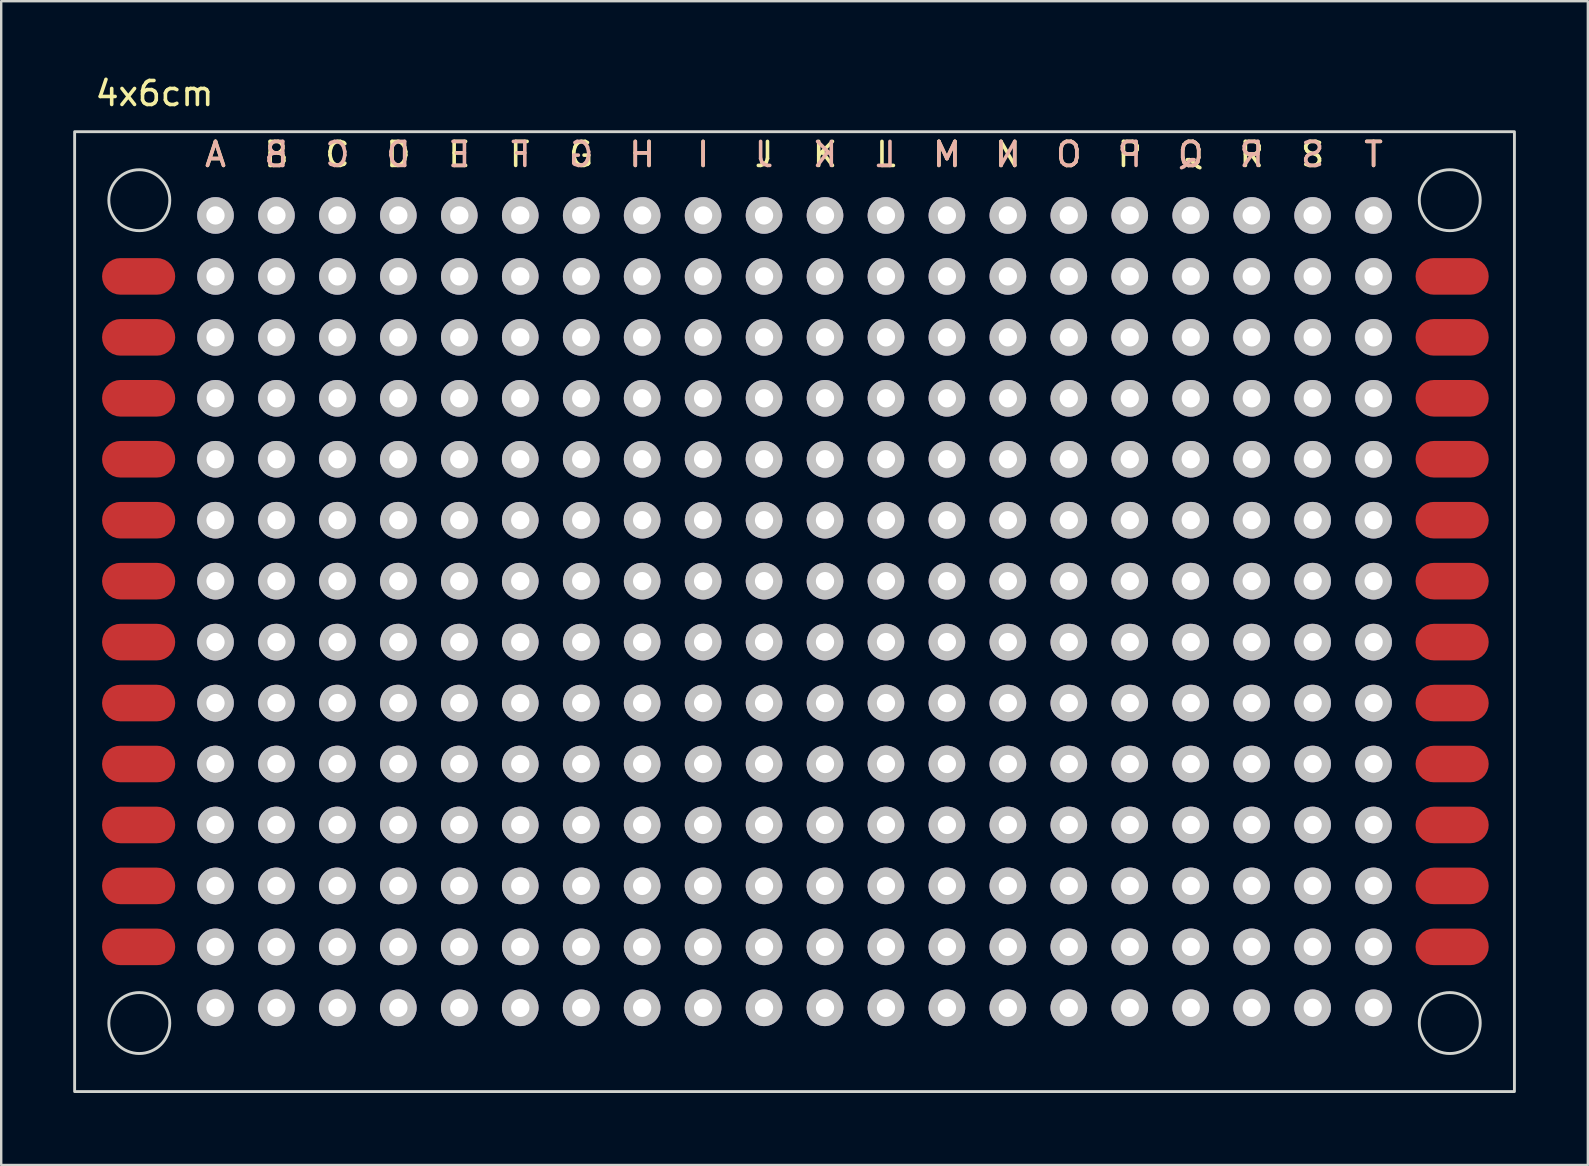
<source format=kicad_pcb>
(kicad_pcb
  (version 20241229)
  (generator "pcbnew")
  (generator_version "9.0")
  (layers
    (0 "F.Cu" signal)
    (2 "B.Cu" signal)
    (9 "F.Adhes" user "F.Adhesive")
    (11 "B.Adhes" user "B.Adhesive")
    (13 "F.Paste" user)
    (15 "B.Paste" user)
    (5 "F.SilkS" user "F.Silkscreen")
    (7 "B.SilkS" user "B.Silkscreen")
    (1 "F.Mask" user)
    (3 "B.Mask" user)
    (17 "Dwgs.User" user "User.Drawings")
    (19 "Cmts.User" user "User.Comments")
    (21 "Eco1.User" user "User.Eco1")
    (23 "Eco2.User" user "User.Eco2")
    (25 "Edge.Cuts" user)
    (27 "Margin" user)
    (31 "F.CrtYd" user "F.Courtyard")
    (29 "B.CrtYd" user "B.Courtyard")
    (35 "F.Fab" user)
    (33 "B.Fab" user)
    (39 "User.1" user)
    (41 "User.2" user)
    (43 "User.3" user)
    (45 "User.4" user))
  (footprint "4x6cm"
    (layer "F.Cu")
    (at 5.93 5.928)
    (property "Reference" "4x6cm" (at -2.54 -5.08 0) (unlocked yes) (layer "F.SilkS") (effects (font (size 1 1) (thickness 0.15))))
    (attr through_hole)
    (fp_rect (start -5.87 -3.49) (end 54.13 36.51) (stroke (width 0.12) (type solid)) (fill no) (layer "Edge.Cuts"))
    (fp_circle (center -3.175 -0.635) (end -1.905 -0.635) (stroke (width 0.12) (type solid)) (fill no) (layer "Edge.Cuts"))
    (fp_circle (center -3.175 33.655) (end -1.905 33.655) (stroke (width 0.12) (type solid)) (fill no) (layer "Edge.Cuts"))
    (fp_circle (center 51.435 -0.635) (end 52.705 -0.635) (stroke (width 0.12) (type solid)) (fill no) (layer "Edge.Cuts"))
    (fp_circle (center 51.435 33.655) (end 52.705 33.655) (stroke (width 0.12) (type solid)) (fill no) (layer "Edge.Cuts"))
    (fp_text user "T" (at 48.26 -2.54 0) (unlocked yes) (layer "F.SilkS") (effects (font (size 1 1) (thickness 0.15))))
    (fp_text user "H" (at 17.78 -2.54 0) (unlocked yes) (layer "F.SilkS") (effects (font (size 1 1) (thickness 0.15))))
    (fp_text user "G" (at 15.24 -2.54 0) (unlocked yes) (layer "F.SilkS") (effects (font (size 1 1) (thickness 0.15))))
    (fp_text user "K" (at 25.4 -2.54 0) (unlocked yes) (layer "F.SilkS") (effects (font (size 1 1) (thickness 0.15))))
    (fp_text user "J" (at 22.86 -2.54 0) (unlocked yes) (layer "F.SilkS") (effects (font (size 1 1) (thickness 0.15))))
    (fp_text user "N" (at 33.02 -2.54 0) (unlocked yes) (layer "F.SilkS") (effects (font (size 1 1) (thickness 0.15))))
    (fp_text user "C" (at 5.08 -2.54 0) (unlocked yes) (layer "F.SilkS") (effects (font (size 1 1) (thickness 0.15))))
    (fp_text user "Q" (at 40.64 -2.54 0) (unlocked yes) (layer "F.SilkS") (effects (font (size 1 1) (thickness 0.15))))
    (fp_text user "A" (at 0 -2.54 0) (unlocked yes) (layer "F.SilkS") (effects (font (size 1 1) (thickness 0.15))))
    (fp_text user "M" (at 30.48 -2.54 0) (unlocked yes) (layer "F.SilkS") (effects (font (size 1 1) (thickness 0.15))))
    (fp_text user "L" (at 27.94 -2.54 0) (unlocked yes) (layer "F.SilkS") (effects (font (size 1 1) (thickness 0.15))))
    (fp_text user "F" (at 12.7 -2.54 0) (unlocked yes) (layer "F.SilkS") (effects (font (size 1 1) (thickness 0.15))))
    (fp_text user "D" (at 7.62 -2.54 0) (unlocked yes) (layer "F.SilkS") (effects (font (size 1 1) (thickness 0.15))))
    (fp_text user "P" (at 38.1 -2.54 0) (unlocked yes) (layer "F.SilkS") (effects (font (size 1 1) (thickness 0.15))))
    (fp_text user "S" (at 45.72 -2.54 0) (unlocked yes) (layer "F.SilkS") (effects (font (size 1 1) (thickness 0.15))))
    (fp_text user "E" (at 10.16 -2.54 0) (unlocked yes) (layer "F.SilkS") (effects (font (size 1 1) (thickness 0.15))))
    (fp_text user "B" (at 2.54 -2.54 0) (unlocked yes) (layer "F.SilkS") (effects (font (size 1 1) (thickness 0.15))))
    (fp_text user "I" (at 20.32 -2.54 0) (unlocked yes) (layer "F.SilkS") (effects (font (size 1 1) (thickness 0.15))))
    (fp_text user "O" (at 35.56 -2.54 0) (unlocked yes) (layer "F.SilkS") (effects (font (size 1 1) (thickness 0.15))))
    (fp_text user "R" (at 43.18 -2.54 0) (unlocked yes) (layer "F.SilkS") (effects (font (size 1 1) (thickness 0.15))))
    (fp_text user "N" (at 33.02 -2.54 0) (unlocked yes) (layer "B.SilkS") (effects (font (size 1 1) (thickness 0.15)) (justify mirror)))
    (fp_text user "T" (at 48.26 -2.54 0) (unlocked yes) (layer "B.SilkS") (effects (font (size 1 1) (thickness 0.15)) (justify mirror)))
    (fp_text user "A" (at 0 -2.54 0) (unlocked yes) (layer "B.SilkS") (effects (font (size 1 1) (thickness 0.15)) (justify mirror)))
    (fp_text user "I" (at 20.32 -2.54 0) (unlocked yes) (layer "B.SilkS") (effects (font (size 1 1) (thickness 0.15)) (justify mirror)))
    (fp_text user "Q" (at 40.64 -2.54 0) (unlocked yes) (layer "B.SilkS") (effects (font (size 1 1) (thickness 0.15)) (justify mirror)))
    (fp_text user "M" (at 30.48 -2.54 0) (unlocked yes) (layer "B.SilkS") (effects (font (size 1 1) (thickness 0.15)) (justify mirror)))
    (fp_text user "R" (at 43.18 -2.54 0) (unlocked yes) (layer "B.SilkS") (effects (font (size 1 1) (thickness 0.15)) (justify mirror)))
    (fp_text user "P" (at 38.1 -2.54 0) (unlocked yes) (layer "B.SilkS") (effects (font (size 1 1) (thickness 0.15)) (justify mirror)))
    (fp_text user "B" (at 2.54 -2.54 0) (unlocked yes) (layer "B.SilkS") (effects (font (size 1 1) (thickness 0.15)) (justify mirror)))
    (fp_text user "H" (at 17.78 -2.54 0) (unlocked yes) (layer "B.SilkS") (effects (font (size 1 1) (thickness 0.15)) (justify mirror)))
    (fp_text user "K" (at 25.4 -2.54 0) (unlocked yes) (layer "B.SilkS") (effects (font (size 1 1) (thickness 0.15)) (justify mirror)))
    (fp_text user "S" (at 45.72 -2.54 0) (unlocked yes) (layer "B.SilkS") (effects (font (size 1 1) (thickness 0.15)) (justify mirror)))
    (fp_text user "J" (at 22.86 -2.54 0) (unlocked yes) (layer "B.SilkS") (effects (font (size 1 1) (thickness 0.15)) (justify mirror)))
    (fp_text user "E" (at 10.16 -2.54 0) (unlocked yes) (layer "B.SilkS") (effects (font (size 1 1) (thickness 0.15)) (justify mirror)))
    (fp_text user "G" (at 15.24 -2.54 0) (unlocked yes) (layer "B.SilkS") (effects (font (size 1 1) (thickness 0.15)) (justify mirror)))
    (fp_text user "O" (at 35.56 -2.54 0) (unlocked yes) (layer "B.SilkS") (effects (font (size 1 1) (thickness 0.15)) (justify mirror)))
    (fp_text user "C" (at 5.08 -2.54 0) (unlocked yes) (layer "B.SilkS") (effects (font (size 1 1) (thickness 0.15)) (justify mirror)))
    (fp_text user "D" (at 7.62 -2.54 0) (unlocked yes) (layer "B.SilkS") (effects (font (size 1 1) (thickness 0.15)) (justify mirror)))
    (fp_text user "L" (at 27.94 -2.54 0) (unlocked yes) (layer "B.SilkS") (effects (font (size 1 1) (thickness 0.15)) (justify mirror)))
    (fp_text user "F" (at 12.7 -2.54 0) (unlocked yes) (layer "B.SilkS") (effects (font (size 1 1) (thickness 0.15)) (justify mirror)))
    (pad "1" smd roundrect (at -3.203 2.54) (size 3.048 1.524) (layers "F.Cu" "F.Mask" "F.Paste") (roundrect_rratio 0.5))
    (pad "1" thru_hole circle (at 0 0) (size 1.524 1.524) (drill 0.762) (layers "*.Cu" "Dwgs.User"))
    (pad "1" smd roundrect (at 51.534 2.54) (size 3.048 1.524) (layers "F.Cu" "F.Mask" "F.Paste") (roundrect_rratio 0.5))
    (pad "2" smd roundrect (at -3.203 5.08) (size 3.048 1.524) (layers "F.Cu" "F.Mask" "F.Paste") (roundrect_rratio 0.5))
    (pad "2" thru_hole circle (at 2.54 0) (size 1.524 1.524) (drill 0.762) (layers "*.Cu" "Dwgs.User"))
    (pad "2" smd roundrect (at 51.534 5.08) (size 3.048 1.524) (layers "F.Cu" "F.Mask" "F.Paste") (roundrect_rratio 0.5))
    (pad "3" smd roundrect (at -3.203 7.62) (size 3.048 1.524) (layers "F.Cu" "F.Mask" "F.Paste") (roundrect_rratio 0.5))
    (pad "3" thru_hole circle (at 5.08 0) (size 1.524 1.524) (drill 0.762) (layers "*.Cu" "Dwgs.User"))
    (pad "3" smd roundrect (at 51.534 7.62) (size 3.048 1.524) (layers "F.Cu" "F.Mask" "F.Paste") (roundrect_rratio 0.5))
    (pad "4" smd roundrect (at -3.203 10.16) (size 3.048 1.524) (layers "F.Cu" "F.Mask" "F.Paste") (roundrect_rratio 0.5))
    (pad "4" thru_hole circle (at 7.62 0) (size 1.524 1.524) (drill 0.762) (layers "*.Cu" "Dwgs.User"))
    (pad "4" smd roundrect (at 51.534 10.16) (size 3.048 1.524) (layers "F.Cu" "F.Mask" "F.Paste") (roundrect_rratio 0.5))
    (pad "5" smd roundrect (at -3.203 12.7) (size 3.048 1.524) (layers "F.Cu" "F.Mask" "F.Paste") (roundrect_rratio 0.5))
    (pad "5" thru_hole circle (at 10.16 0) (size 1.524 1.524) (drill 0.762) (layers "*.Cu" "Dwgs.User"))
    (pad "5" smd roundrect (at 51.534 12.7) (size 3.048 1.524) (layers "F.Cu" "F.Mask" "F.Paste") (roundrect_rratio 0.5))
    (pad "6" smd roundrect (at -3.203 15.24) (size 3.048 1.524) (layers "F.Cu" "F.Mask" "F.Paste") (roundrect_rratio 0.5))
    (pad "6" thru_hole circle (at 12.7 0) (size 1.524 1.524) (drill 0.762) (layers "*.Cu" "Dwgs.User"))
    (pad "6" smd roundrect (at 51.534 15.24) (size 3.048 1.524) (layers "F.Cu" "F.Mask" "F.Paste") (roundrect_rratio 0.5))
    (pad "7" smd roundrect (at -3.203 17.78) (size 3.048 1.524) (layers "F.Cu" "F.Mask" "F.Paste") (roundrect_rratio 0.5))
    (pad "7" thru_hole circle (at 15.24 0) (size 1.524 1.524) (drill 0.762) (layers "*.Cu" "Dwgs.User"))
    (pad "7" smd roundrect (at 51.534 17.78) (size 3.048 1.524) (layers "F.Cu" "F.Mask" "F.Paste") (roundrect_rratio 0.5))
    (pad "8" smd roundrect (at -3.203 20.32) (size 3.048 1.524) (layers "F.Cu" "F.Mask" "F.Paste") (roundrect_rratio 0.5))
    (pad "8" thru_hole circle (at 17.78 0) (size 1.524 1.524) (drill 0.762) (layers "*.Cu" "Dwgs.User"))
    (pad "8" smd roundrect (at 51.534 20.32) (size 3.048 1.524) (layers "F.Cu" "F.Mask" "F.Paste") (roundrect_rratio 0.5))
    (pad "9" smd roundrect (at -3.203 22.86) (size 3.048 1.524) (layers "F.Cu" "F.Mask" "F.Paste") (roundrect_rratio 0.5))
    (pad "9" thru_hole circle (at 20.32 0) (size 1.524 1.524) (drill 0.762) (layers "*.Cu" "Dwgs.User"))
    (pad "9" smd roundrect (at 51.534 22.86) (size 3.048 1.524) (layers "F.Cu" "F.Mask" "F.Paste") (roundrect_rratio 0.5))
    (pad "10" smd roundrect (at -3.203 25.4) (size 3.048 1.524) (layers "F.Cu" "F.Mask" "F.Paste") (roundrect_rratio 0.5))
    (pad "10" thru_hole circle (at 22.86 0) (size 1.524 1.524) (drill 0.762) (layers "*.Cu" "Dwgs.User"))
    (pad "10" smd roundrect (at 51.534 25.4) (size 3.048 1.524) (layers "F.Cu" "F.Mask" "F.Paste") (roundrect_rratio 0.5))
    (pad "11" smd roundrect (at -3.203 27.94) (size 3.048 1.524) (layers "F.Cu" "F.Mask" "F.Paste") (roundrect_rratio 0.5))
    (pad "11" thru_hole circle (at 25.4 0) (size 1.524 1.524) (drill 0.762) (layers "*.Cu" "Dwgs.User"))
    (pad "11" smd roundrect (at 51.534 27.94) (size 3.048 1.524) (layers "F.Cu" "F.Mask" "F.Paste") (roundrect_rratio 0.5))
    (pad "12" smd roundrect (at -3.203 30.48) (size 3.048 1.524) (layers "F.Cu" "F.Mask" "F.Paste") (roundrect_rratio 0.5))
    (pad "12" thru_hole circle (at 27.94 0) (size 1.524 1.524) (drill 0.762) (layers "*.Cu" "Dwgs.User"))
    (pad "12" smd roundrect (at 51.534 30.48) (size 3.048 1.524) (layers "F.Cu" "F.Mask" "F.Paste") (roundrect_rratio 0.5))
    (pad "13" thru_hole circle (at 30.48 0) (size 1.524 1.524) (drill 0.762) (layers "*.Cu" "Dwgs.User"))
    (pad "14" thru_hole circle (at 33.02 0) (size 1.524 1.524) (drill 0.762) (layers "*.Cu" "Dwgs.User"))
    (pad "15" thru_hole circle (at 35.56 0) (size 1.524 1.524) (drill 0.762) (layers "*.Cu" "Dwgs.User"))
    (pad "16" thru_hole circle (at 38.1 0) (size 1.524 1.524) (drill 0.762) (layers "*.Cu" "Dwgs.User"))
    (pad "17" thru_hole circle (at 40.64 0) (size 1.524 1.524) (drill 0.762) (layers "*.Cu" "Dwgs.User"))
    (pad "18" thru_hole circle (at 43.18 0) (size 1.524 1.524) (drill 0.762) (layers "*.Cu" "Dwgs.User"))
    (pad "19" thru_hole circle (at 45.72 0) (size 1.524 1.524) (drill 0.762) (layers "*.Cu" "Dwgs.User"))
    (pad "20" thru_hole circle (at 48.26 0) (size 1.524 1.524) (drill 0.762) (layers "*.Cu" "Dwgs.User"))
    (pad "21" thru_hole circle (at 0 2.54) (size 1.524 1.524) (drill 0.762) (layers "*.Cu" "Dwgs.User"))
    (pad "22" thru_hole circle (at 2.54 2.54) (size 1.524 1.524) (drill 0.762) (layers "*.Cu" "Dwgs.User"))
    (pad "23" thru_hole circle (at 5.08 2.54) (size 1.524 1.524) (drill 0.762) (layers "*.Cu" "Dwgs.User"))
    (pad "24" thru_hole circle (at 7.62 2.54) (size 1.524 1.524) (drill 0.762) (layers "*.Cu" "Dwgs.User"))
    (pad "25" thru_hole circle (at 10.16 2.54) (size 1.524 1.524) (drill 0.762) (layers "*.Cu" "Dwgs.User"))
    (pad "26" thru_hole circle (at 12.7 2.54) (size 1.524 1.524) (drill 0.762) (layers "*.Cu" "Dwgs.User"))
    (pad "27" thru_hole circle (at 15.24 2.54) (size 1.524 1.524) (drill 0.762) (layers "*.Cu" "Dwgs.User"))
    (pad "28" thru_hole circle (at 17.78 2.54) (size 1.524 1.524) (drill 0.762) (layers "*.Cu" "Dwgs.User"))
    (pad "29" thru_hole circle (at 20.32 2.54) (size 1.524 1.524) (drill 0.762) (layers "*.Cu" "Dwgs.User"))
    (pad "30" thru_hole circle (at 22.86 2.54) (size 1.524 1.524) (drill 0.762) (layers "*.Cu" "Dwgs.User"))
    (pad "31" thru_hole circle (at 25.4 2.54) (size 1.524 1.524) (drill 0.762) (layers "*.Cu" "Dwgs.User"))
    (pad "32" thru_hole circle (at 27.94 2.54) (size 1.524 1.524) (drill 0.762) (layers "*.Cu" "Dwgs.User"))
    (pad "33" thru_hole circle (at 30.48 2.54) (size 1.524 1.524) (drill 0.762) (layers "*.Cu" "Dwgs.User"))
    (pad "34" thru_hole circle (at 33.02 2.54) (size 1.524 1.524) (drill 0.762) (layers "*.Cu" "Dwgs.User"))
    (pad "35" thru_hole circle (at 35.56 2.54) (size 1.524 1.524) (drill 0.762) (layers "*.Cu" "Dwgs.User"))
    (pad "36" thru_hole circle (at 38.1 2.54) (size 1.524 1.524) (drill 0.762) (layers "*.Cu" "Dwgs.User"))
    (pad "37" thru_hole circle (at 40.64 2.54) (size 1.524 1.524) (drill 0.762) (layers "*.Cu" "Dwgs.User"))
    (pad "38" thru_hole circle (at 43.18 2.54) (size 1.524 1.524) (drill 0.762) (layers "*.Cu" "Dwgs.User"))
    (pad "39" thru_hole circle (at 45.72 2.54) (size 1.524 1.524) (drill 0.762) (layers "*.Cu" "Dwgs.User"))
    (pad "40" thru_hole circle (at 48.26 2.54) (size 1.524 1.524) (drill 0.762) (layers "*.Cu" "Dwgs.User"))
    (pad "41" thru_hole circle (at 0 5.08) (size 1.524 1.524) (drill 0.762) (layers "*.Cu" "Dwgs.User"))
    (pad "42" thru_hole circle (at 2.54 5.08) (size 1.524 1.524) (drill 0.762) (layers "*.Cu" "Dwgs.User"))
    (pad "43" thru_hole circle (at 5.08 5.08) (size 1.524 1.524) (drill 0.762) (layers "*.Cu" "Dwgs.User"))
    (pad "44" thru_hole circle (at 7.62 5.08) (size 1.524 1.524) (drill 0.762) (layers "*.Cu" "Dwgs.User"))
    (pad "45" thru_hole circle (at 10.16 5.08) (size 1.524 1.524) (drill 0.762) (layers "*.Cu" "Dwgs.User"))
    (pad "46" thru_hole circle (at 12.7 5.08) (size 1.524 1.524) (drill 0.762) (layers "*.Cu" "Dwgs.User"))
    (pad "47" thru_hole circle (at 15.24 5.08) (size 1.524 1.524) (drill 0.762) (layers "*.Cu" "Dwgs.User"))
    (pad "48" thru_hole circle (at 17.78 5.08) (size 1.524 1.524) (drill 0.762) (layers "*.Cu" "Dwgs.User"))
    (pad "49" thru_hole circle (at 20.32 5.08) (size 1.524 1.524) (drill 0.762) (layers "*.Cu" "Dwgs.User"))
    (pad "50" thru_hole circle (at 22.86 5.08) (size 1.524 1.524) (drill 0.762) (layers "*.Cu" "Dwgs.User"))
    (pad "51" thru_hole circle (at 25.4 5.08) (size 1.524 1.524) (drill 0.762) (layers "*.Cu" "Dwgs.User"))
    (pad "52" thru_hole circle (at 27.94 5.08) (size 1.524 1.524) (drill 0.762) (layers "*.Cu" "Dwgs.User"))
    (pad "53" thru_hole circle (at 30.48 5.08) (size 1.524 1.524) (drill 0.762) (layers "*.Cu" "Dwgs.User"))
    (pad "54" thru_hole circle (at 33.02 5.08) (size 1.524 1.524) (drill 0.762) (layers "*.Cu" "Dwgs.User"))
    (pad "55" thru_hole circle (at 35.56 5.08) (size 1.524 1.524) (drill 0.762) (layers "*.Cu" "Dwgs.User"))
    (pad "56" thru_hole circle (at 38.1 5.08) (size 1.524 1.524) (drill 0.762) (layers "*.Cu" "Dwgs.User"))
    (pad "57" thru_hole circle (at 40.64 5.08) (size 1.524 1.524) (drill 0.762) (layers "*.Cu" "Dwgs.User"))
    (pad "58" thru_hole circle (at 43.18 5.08) (size 1.524 1.524) (drill 0.762) (layers "*.Cu" "Dwgs.User"))
    (pad "59" thru_hole circle (at 45.72 5.08) (size 1.524 1.524) (drill 0.762) (layers "*.Cu" "Dwgs.User"))
    (pad "60" thru_hole circle (at 48.26 5.08) (size 1.524 1.524) (drill 0.762) (layers "*.Cu" "Dwgs.User"))
    (pad "61" thru_hole circle (at 0 7.62) (size 1.524 1.524) (drill 0.762) (layers "*.Cu" "Dwgs.User"))
    (pad "62" thru_hole circle (at 2.54 7.62) (size 1.524 1.524) (drill 0.762) (layers "*.Cu" "Dwgs.User"))
    (pad "63" thru_hole circle (at 5.08 7.62) (size 1.524 1.524) (drill 0.762) (layers "*.Cu" "Dwgs.User"))
    (pad "64" thru_hole circle (at 7.62 7.62) (size 1.524 1.524) (drill 0.762) (layers "*.Cu" "Dwgs.User"))
    (pad "65" thru_hole circle (at 10.16 7.62) (size 1.524 1.524) (drill 0.762) (layers "*.Cu" "Dwgs.User"))
    (pad "66" thru_hole circle (at 12.7 7.62) (size 1.524 1.524) (drill 0.762) (layers "*.Cu" "Dwgs.User"))
    (pad "67" thru_hole circle (at 15.24 7.62) (size 1.524 1.524) (drill 0.762) (layers "*.Cu" "Dwgs.User"))
    (pad "68" thru_hole circle (at 17.78 7.62) (size 1.524 1.524) (drill 0.762) (layers "*.Cu" "Dwgs.User"))
    (pad "69" thru_hole circle (at 20.32 7.62) (size 1.524 1.524) (drill 0.762) (layers "*.Cu" "Dwgs.User"))
    (pad "70" thru_hole circle (at 22.86 7.62) (size 1.524 1.524) (drill 0.762) (layers "*.Cu" "Dwgs.User"))
    (pad "71" thru_hole circle (at 25.4 7.62) (size 1.524 1.524) (drill 0.762) (layers "*.Cu" "Dwgs.User"))
    (pad "72" thru_hole circle (at 27.94 7.62) (size 1.524 1.524) (drill 0.762) (layers "*.Cu" "Dwgs.User"))
    (pad "73" thru_hole circle (at 30.48 7.62) (size 1.524 1.524) (drill 0.762) (layers "*.Cu" "Dwgs.User"))
    (pad "74" thru_hole circle (at 33.02 7.62) (size 1.524 1.524) (drill 0.762) (layers "*.Cu" "Dwgs.User"))
    (pad "75" thru_hole circle (at 35.56 7.62) (size 1.524 1.524) (drill 0.762) (layers "*.Cu" "Dwgs.User"))
    (pad "76" thru_hole circle (at 38.1 7.62) (size 1.524 1.524) (drill 0.762) (layers "*.Cu" "Dwgs.User"))
    (pad "77" thru_hole circle (at 40.64 7.62) (size 1.524 1.524) (drill 0.762) (layers "*.Cu" "Dwgs.User"))
    (pad "78" thru_hole circle (at 43.18 7.62) (size 1.524 1.524) (drill 0.762) (layers "*.Cu" "Dwgs.User"))
    (pad "79" thru_hole circle (at 45.72 7.62) (size 1.524 1.524) (drill 0.762) (layers "*.Cu" "Dwgs.User"))
    (pad "80" thru_hole circle (at 48.26 7.62) (size 1.524 1.524) (drill 0.762) (layers "*.Cu" "Dwgs.User"))
    (pad "81" thru_hole circle (at 0 10.16) (size 1.524 1.524) (drill 0.762) (layers "*.Cu" "Dwgs.User"))
    (pad "82" thru_hole circle (at 2.54 10.16) (size 1.524 1.524) (drill 0.762) (layers "*.Cu" "Dwgs.User"))
    (pad "83" thru_hole circle (at 5.08 10.16) (size 1.524 1.524) (drill 0.762) (layers "*.Cu" "Dwgs.User"))
    (pad "84" thru_hole circle (at 7.62 10.16) (size 1.524 1.524) (drill 0.762) (layers "*.Cu" "Dwgs.User"))
    (pad "85" thru_hole circle (at 10.16 10.16) (size 1.524 1.524) (drill 0.762) (layers "*.Cu" "Dwgs.User"))
    (pad "86" thru_hole circle (at 12.7 10.16) (size 1.524 1.524) (drill 0.762) (layers "*.Cu" "Dwgs.User"))
    (pad "87" thru_hole circle (at 15.24 10.16) (size 1.524 1.524) (drill 0.762) (layers "*.Cu" "Dwgs.User"))
    (pad "88" thru_hole circle (at 17.78 10.16) (size 1.524 1.524) (drill 0.762) (layers "*.Cu" "Dwgs.User"))
    (pad "89" thru_hole circle (at 20.32 10.16) (size 1.524 1.524) (drill 0.762) (layers "*.Cu" "Dwgs.User"))
    (pad "90" thru_hole circle (at 22.86 10.16) (size 1.524 1.524) (drill 0.762) (layers "*.Cu" "Dwgs.User"))
    (pad "91" thru_hole circle (at 25.4 10.16) (size 1.524 1.524) (drill 0.762) (layers "*.Cu" "Dwgs.User"))
    (pad "92" thru_hole circle (at 27.94 10.16) (size 1.524 1.524) (drill 0.762) (layers "*.Cu" "Dwgs.User"))
    (pad "93" thru_hole circle (at 30.48 10.16) (size 1.524 1.524) (drill 0.762) (layers "*.Cu" "Dwgs.User"))
    (pad "94" thru_hole circle (at 33.02 10.16) (size 1.524 1.524) (drill 0.762) (layers "*.Cu" "Dwgs.User"))
    (pad "95" thru_hole circle (at 35.56 10.16) (size 1.524 1.524) (drill 0.762) (layers "*.Cu" "Dwgs.User"))
    (pad "96" thru_hole circle (at 38.1 10.16) (size 1.524 1.524) (drill 0.762) (layers "*.Cu" "Dwgs.User"))
    (pad "97" thru_hole circle (at 40.64 10.16) (size 1.524 1.524) (drill 0.762) (layers "*.Cu" "Dwgs.User"))
    (pad "98" thru_hole circle (at 43.18 10.16) (size 1.524 1.524) (drill 0.762) (layers "*.Cu" "Dwgs.User"))
    (pad "99" thru_hole circle (at 45.72 10.16) (size 1.524 1.524) (drill 0.762) (layers "*.Cu" "Dwgs.User"))
    (pad "100" thru_hole circle (at 48.26 10.16) (size 1.524 1.524) (drill 0.762) (layers "*.Cu" "Dwgs.User"))
    (pad "101" thru_hole circle (at 0 12.7) (size 1.524 1.524) (drill 0.762) (layers "*.Cu" "Dwgs.User"))
    (pad "102" thru_hole circle (at 2.54 12.7) (size 1.524 1.524) (drill 0.762) (layers "*.Cu" "Dwgs.User"))
    (pad "103" thru_hole circle (at 5.08 12.7) (size 1.524 1.524) (drill 0.762) (layers "*.Cu" "Dwgs.User"))
    (pad "104" thru_hole circle (at 7.62 12.7) (size 1.524 1.524) (drill 0.762) (layers "*.Cu" "Dwgs.User"))
    (pad "105" thru_hole circle (at 10.16 12.7) (size 1.524 1.524) (drill 0.762) (layers "*.Cu" "Dwgs.User"))
    (pad "106" thru_hole circle (at 12.7 12.7) (size 1.524 1.524) (drill 0.762) (layers "*.Cu" "Dwgs.User"))
    (pad "107" thru_hole circle (at 15.24 12.7) (size 1.524 1.524) (drill 0.762) (layers "*.Cu" "Dwgs.User"))
    (pad "108" thru_hole circle (at 17.78 12.7) (size 1.524 1.524) (drill 0.762) (layers "*.Cu" "Dwgs.User"))
    (pad "109" thru_hole circle (at 20.32 12.7) (size 1.524 1.524) (drill 0.762) (layers "*.Cu" "Dwgs.User"))
    (pad "110" thru_hole circle (at 22.86 12.7) (size 1.524 1.524) (drill 0.762) (layers "*.Cu" "Dwgs.User"))
    (pad "111" thru_hole circle (at 25.4 12.7) (size 1.524 1.524) (drill 0.762) (layers "*.Cu" "Dwgs.User"))
    (pad "112" thru_hole circle (at 27.94 12.7) (size 1.524 1.524) (drill 0.762) (layers "*.Cu" "Dwgs.User"))
    (pad "113" thru_hole circle (at 30.48 12.7) (size 1.524 1.524) (drill 0.762) (layers "*.Cu" "Dwgs.User"))
    (pad "114" thru_hole circle (at 33.02 12.7) (size 1.524 1.524) (drill 0.762) (layers "*.Cu" "Dwgs.User"))
    (pad "115" thru_hole circle (at 35.56 12.7) (size 1.524 1.524) (drill 0.762) (layers "*.Cu" "Dwgs.User"))
    (pad "116" thru_hole circle (at 38.1 12.7) (size 1.524 1.524) (drill 0.762) (layers "*.Cu" "Dwgs.User"))
    (pad "117" thru_hole circle (at 40.64 12.7) (size 1.524 1.524) (drill 0.762) (layers "*.Cu" "Dwgs.User"))
    (pad "118" thru_hole circle (at 43.18 12.7) (size 1.524 1.524) (drill 0.762) (layers "*.Cu" "Dwgs.User"))
    (pad "119" thru_hole circle (at 45.72 12.7) (size 1.524 1.524) (drill 0.762) (layers "*.Cu" "Dwgs.User"))
    (pad "120" thru_hole circle (at 48.26 12.7) (size 1.524 1.524) (drill 0.762) (layers "*.Cu" "Dwgs.User"))
    (pad "121" thru_hole circle (at 0 15.24) (size 1.524 1.524) (drill 0.762) (layers "*.Cu" "Dwgs.User"))
    (pad "122" thru_hole circle (at 2.54 15.24) (size 1.524 1.524) (drill 0.762) (layers "*.Cu" "Dwgs.User"))
    (pad "123" thru_hole circle (at 5.08 15.24) (size 1.524 1.524) (drill 0.762) (layers "*.Cu" "Dwgs.User"))
    (pad "124" thru_hole circle (at 7.62 15.24) (size 1.524 1.524) (drill 0.762) (layers "*.Cu" "Dwgs.User"))
    (pad "125" thru_hole circle (at 10.16 15.24) (size 1.524 1.524) (drill 0.762) (layers "*.Cu" "Dwgs.User"))
    (pad "126" thru_hole circle (at 12.7 15.24) (size 1.524 1.524) (drill 0.762) (layers "*.Cu" "Dwgs.User"))
    (pad "127" thru_hole circle (at 15.24 15.24) (size 1.524 1.524) (drill 0.762) (layers "*.Cu" "Dwgs.User"))
    (pad "128" thru_hole circle (at 17.78 15.24) (size 1.524 1.524) (drill 0.762) (layers "*.Cu" "Dwgs.User"))
    (pad "129" thru_hole circle (at 20.32 15.24) (size 1.524 1.524) (drill 0.762) (layers "*.Cu" "Dwgs.User"))
    (pad "130" thru_hole circle (at 22.86 15.24) (size 1.524 1.524) (drill 0.762) (layers "*.Cu" "Dwgs.User"))
    (pad "131" thru_hole circle (at 25.4 15.24) (size 1.524 1.524) (drill 0.762) (layers "*.Cu" "Dwgs.User"))
    (pad "132" thru_hole circle (at 27.94 15.24) (size 1.524 1.524) (drill 0.762) (layers "*.Cu" "Dwgs.User"))
    (pad "133" thru_hole circle (at 30.48 15.24) (size 1.524 1.524) (drill 0.762) (layers "*.Cu" "Dwgs.User"))
    (pad "134" thru_hole circle (at 33.02 15.24) (size 1.524 1.524) (drill 0.762) (layers "*.Cu" "Dwgs.User"))
    (pad "135" thru_hole circle (at 35.56 15.24) (size 1.524 1.524) (drill 0.762) (layers "*.Cu" "Dwgs.User"))
    (pad "136" thru_hole circle (at 38.1 15.24) (size 1.524 1.524) (drill 0.762) (layers "*.Cu" "Dwgs.User"))
    (pad "137" thru_hole circle (at 40.64 15.24) (size 1.524 1.524) (drill 0.762) (layers "*.Cu" "Dwgs.User"))
    (pad "138" thru_hole circle (at 43.18 15.24) (size 1.524 1.524) (drill 0.762) (layers "*.Cu" "Dwgs.User"))
    (pad "139" thru_hole circle (at 45.72 15.24) (size 1.524 1.524) (drill 0.762) (layers "*.Cu" "Dwgs.User"))
    (pad "140" thru_hole circle (at 48.26 15.24) (size 1.524 1.524) (drill 0.762) (layers "*.Cu" "Dwgs.User"))
    (pad "141" thru_hole circle (at 0 17.78) (size 1.524 1.524) (drill 0.762) (layers "*.Cu" "Dwgs.User"))
    (pad "142" thru_hole circle (at 2.54 17.78) (size 1.524 1.524) (drill 0.762) (layers "*.Cu" "Dwgs.User"))
    (pad "143" thru_hole circle (at 5.08 17.78) (size 1.524 1.524) (drill 0.762) (layers "*.Cu" "Dwgs.User"))
    (pad "144" thru_hole circle (at 7.62 17.78) (size 1.524 1.524) (drill 0.762) (layers "*.Cu" "Dwgs.User"))
    (pad "145" thru_hole circle (at 10.16 17.78) (size 1.524 1.524) (drill 0.762) (layers "*.Cu" "Dwgs.User"))
    (pad "146" thru_hole circle (at 12.7 17.78) (size 1.524 1.524) (drill 0.762) (layers "*.Cu" "Dwgs.User"))
    (pad "147" thru_hole circle (at 15.24 17.78) (size 1.524 1.524) (drill 0.762) (layers "*.Cu" "Dwgs.User"))
    (pad "148" thru_hole circle (at 17.78 17.78) (size 1.524 1.524) (drill 0.762) (layers "*.Cu" "Dwgs.User"))
    (pad "149" thru_hole circle (at 20.32 17.78) (size 1.524 1.524) (drill 0.762) (layers "*.Cu" "Dwgs.User"))
    (pad "150" thru_hole circle (at 22.86 17.78) (size 1.524 1.524) (drill 0.762) (layers "*.Cu" "Dwgs.User"))
    (pad "151" thru_hole circle (at 25.4 17.78) (size 1.524 1.524) (drill 0.762) (layers "*.Cu" "Dwgs.User"))
    (pad "152" thru_hole circle (at 27.94 17.78) (size 1.524 1.524) (drill 0.762) (layers "*.Cu" "Dwgs.User"))
    (pad "153" thru_hole circle (at 30.48 17.78) (size 1.524 1.524) (drill 0.762) (layers "*.Cu" "Dwgs.User"))
    (pad "154" thru_hole circle (at 33.02 17.78) (size 1.524 1.524) (drill 0.762) (layers "*.Cu" "Dwgs.User"))
    (pad "155" thru_hole circle (at 35.56 17.78) (size 1.524 1.524) (drill 0.762) (layers "*.Cu" "Dwgs.User"))
    (pad "156" thru_hole circle (at 38.1 17.78) (size 1.524 1.524) (drill 0.762) (layers "*.Cu" "Dwgs.User"))
    (pad "157" thru_hole circle (at 40.64 17.78) (size 1.524 1.524) (drill 0.762) (layers "*.Cu" "Dwgs.User"))
    (pad "158" thru_hole circle (at 43.18 17.78) (size 1.524 1.524) (drill 0.762) (layers "*.Cu" "Dwgs.User"))
    (pad "159" thru_hole circle (at 45.72 17.78) (size 1.524 1.524) (drill 0.762) (layers "*.Cu" "Dwgs.User"))
    (pad "160" thru_hole circle (at 48.26 17.78) (size 1.524 1.524) (drill 0.762) (layers "*.Cu" "Dwgs.User"))
    (pad "161" thru_hole circle (at 0 20.32) (size 1.524 1.524) (drill 0.762) (layers "*.Cu" "Dwgs.User"))
    (pad "162" thru_hole circle (at 2.54 20.32) (size 1.524 1.524) (drill 0.762) (layers "*.Cu" "Dwgs.User"))
    (pad "163" thru_hole circle (at 5.08 20.32) (size 1.524 1.524) (drill 0.762) (layers "*.Cu" "Dwgs.User"))
    (pad "164" thru_hole circle (at 7.62 20.32) (size 1.524 1.524) (drill 0.762) (layers "*.Cu" "Dwgs.User"))
    (pad "165" thru_hole circle (at 10.16 20.32) (size 1.524 1.524) (drill 0.762) (layers "*.Cu" "Dwgs.User"))
    (pad "166" thru_hole circle (at 12.7 20.32) (size 1.524 1.524) (drill 0.762) (layers "*.Cu" "Dwgs.User"))
    (pad "167" thru_hole circle (at 15.24 20.32) (size 1.524 1.524) (drill 0.762) (layers "*.Cu" "Dwgs.User"))
    (pad "168" thru_hole circle (at 17.78 20.32) (size 1.524 1.524) (drill 0.762) (layers "*.Cu" "Dwgs.User"))
    (pad "169" thru_hole circle (at 20.32 20.32) (size 1.524 1.524) (drill 0.762) (layers "*.Cu" "Dwgs.User"))
    (pad "170" thru_hole circle (at 22.86 20.32) (size 1.524 1.524) (drill 0.762) (layers "*.Cu" "Dwgs.User"))
    (pad "171" thru_hole circle (at 25.4 20.32) (size 1.524 1.524) (drill 0.762) (layers "*.Cu" "Dwgs.User"))
    (pad "172" thru_hole circle (at 27.94 20.32) (size 1.524 1.524) (drill 0.762) (layers "*.Cu" "Dwgs.User"))
    (pad "173" thru_hole circle (at 30.48 20.32) (size 1.524 1.524) (drill 0.762) (layers "*.Cu" "Dwgs.User"))
    (pad "174" thru_hole circle (at 33.02 20.32) (size 1.524 1.524) (drill 0.762) (layers "*.Cu" "Dwgs.User"))
    (pad "175" thru_hole circle (at 35.56 20.32) (size 1.524 1.524) (drill 0.762) (layers "*.Cu" "Dwgs.User"))
    (pad "176" thru_hole circle (at 38.1 20.32) (size 1.524 1.524) (drill 0.762) (layers "*.Cu" "Dwgs.User"))
    (pad "177" thru_hole circle (at 40.64 20.32) (size 1.524 1.524) (drill 0.762) (layers "*.Cu" "Dwgs.User"))
    (pad "178" thru_hole circle (at 43.18 20.32) (size 1.524 1.524) (drill 0.762) (layers "*.Cu" "Dwgs.User"))
    (pad "179" thru_hole circle (at 45.72 20.32) (size 1.524 1.524) (drill 0.762) (layers "*.Cu" "Dwgs.User"))
    (pad "180" thru_hole circle (at 48.26 20.32) (size 1.524 1.524) (drill 0.762) (layers "*.Cu" "Dwgs.User"))
    (pad "181" thru_hole circle (at 0 22.86) (size 1.524 1.524) (drill 0.762) (layers "*.Cu" "Dwgs.User"))
    (pad "182" thru_hole circle (at 2.54 22.86) (size 1.524 1.524) (drill 0.762) (layers "*.Cu" "Dwgs.User"))
    (pad "183" thru_hole circle (at 5.08 22.86) (size 1.524 1.524) (drill 0.762) (layers "*.Cu" "Dwgs.User"))
    (pad "184" thru_hole circle (at 7.62 22.86) (size 1.524 1.524) (drill 0.762) (layers "*.Cu" "Dwgs.User"))
    (pad "185" thru_hole circle (at 10.16 22.86) (size 1.524 1.524) (drill 0.762) (layers "*.Cu" "Dwgs.User"))
    (pad "186" thru_hole circle (at 12.7 22.86) (size 1.524 1.524) (drill 0.762) (layers "*.Cu" "Dwgs.User"))
    (pad "187" thru_hole circle (at 15.24 22.86) (size 1.524 1.524) (drill 0.762) (layers "*.Cu" "Dwgs.User"))
    (pad "188" thru_hole circle (at 17.78 22.86) (size 1.524 1.524) (drill 0.762) (layers "*.Cu" "Dwgs.User"))
    (pad "189" thru_hole circle (at 20.32 22.86) (size 1.524 1.524) (drill 0.762) (layers "*.Cu" "Dwgs.User"))
    (pad "190" thru_hole circle (at 22.86 22.86) (size 1.524 1.524) (drill 0.762) (layers "*.Cu" "Dwgs.User"))
    (pad "191" thru_hole circle (at 25.4 22.86) (size 1.524 1.524) (drill 0.762) (layers "*.Cu" "Dwgs.User"))
    (pad "192" thru_hole circle (at 27.94 22.86) (size 1.524 1.524) (drill 0.762) (layers "*.Cu" "Dwgs.User"))
    (pad "193" thru_hole circle (at 30.48 22.86) (size 1.524 1.524) (drill 0.762) (layers "*.Cu" "Dwgs.User"))
    (pad "194" thru_hole circle (at 33.02 22.86) (size 1.524 1.524) (drill 0.762) (layers "*.Cu" "Dwgs.User"))
    (pad "195" thru_hole circle (at 35.56 22.86) (size 1.524 1.524) (drill 0.762) (layers "*.Cu" "Dwgs.User"))
    (pad "196" thru_hole circle (at 38.1 22.86) (size 1.524 1.524) (drill 0.762) (layers "*.Cu" "Dwgs.User"))
    (pad "197" thru_hole circle (at 40.64 22.86) (size 1.524 1.524) (drill 0.762) (layers "*.Cu" "Dwgs.User"))
    (pad "198" thru_hole circle (at 43.18 22.86) (size 1.524 1.524) (drill 0.762) (layers "*.Cu" "Dwgs.User"))
    (pad "199" thru_hole circle (at 45.72 22.86) (size 1.524 1.524) (drill 0.762) (layers "*.Cu" "Dwgs.User"))
    (pad "200" thru_hole circle (at 48.26 22.86) (size 1.524 1.524) (drill 0.762) (layers "*.Cu" "Dwgs.User"))
    (pad "201" thru_hole circle (at 0 25.4) (size 1.524 1.524) (drill 0.762) (layers "*.Cu" "Dwgs.User"))
    (pad "202" thru_hole circle (at 2.54 25.4) (size 1.524 1.524) (drill 0.762) (layers "*.Cu" "Dwgs.User"))
    (pad "203" thru_hole circle (at 5.08 25.4) (size 1.524 1.524) (drill 0.762) (layers "*.Cu" "Dwgs.User"))
    (pad "204" thru_hole circle (at 7.62 25.4) (size 1.524 1.524) (drill 0.762) (layers "*.Cu" "Dwgs.User"))
    (pad "205" thru_hole circle (at 10.16 25.4) (size 1.524 1.524) (drill 0.762) (layers "*.Cu" "Dwgs.User"))
    (pad "206" thru_hole circle (at 12.7 25.4) (size 1.524 1.524) (drill 0.762) (layers "*.Cu" "Dwgs.User"))
    (pad "207" thru_hole circle (at 15.24 25.4) (size 1.524 1.524) (drill 0.762) (layers "*.Cu" "Dwgs.User"))
    (pad "208" thru_hole circle (at 17.78 25.4) (size 1.524 1.524) (drill 0.762) (layers "*.Cu" "Dwgs.User"))
    (pad "209" thru_hole circle (at 20.32 25.4) (size 1.524 1.524) (drill 0.762) (layers "*.Cu" "Dwgs.User"))
    (pad "210" thru_hole circle (at 22.86 25.4) (size 1.524 1.524) (drill 0.762) (layers "*.Cu" "Dwgs.User"))
    (pad "211" thru_hole circle (at 25.4 25.4) (size 1.524 1.524) (drill 0.762) (layers "*.Cu" "Dwgs.User"))
    (pad "212" thru_hole circle (at 27.94 25.4) (size 1.524 1.524) (drill 0.762) (layers "*.Cu" "Dwgs.User"))
    (pad "213" thru_hole circle (at 30.48 25.4) (size 1.524 1.524) (drill 0.762) (layers "*.Cu" "Dwgs.User"))
    (pad "214" thru_hole circle (at 33.02 25.4) (size 1.524 1.524) (drill 0.762) (layers "*.Cu" "Dwgs.User"))
    (pad "215" thru_hole circle (at 35.56 25.4) (size 1.524 1.524) (drill 0.762) (layers "*.Cu" "Dwgs.User"))
    (pad "216" thru_hole circle (at 38.1 25.4) (size 1.524 1.524) (drill 0.762) (layers "*.Cu" "Dwgs.User"))
    (pad "217" thru_hole circle (at 40.64 25.4) (size 1.524 1.524) (drill 0.762) (layers "*.Cu" "Dwgs.User"))
    (pad "218" thru_hole circle (at 43.18 25.4) (size 1.524 1.524) (drill 0.762) (layers "*.Cu" "Dwgs.User"))
    (pad "219" thru_hole circle (at 45.72 25.4) (size 1.524 1.524) (drill 0.762) (layers "*.Cu" "Dwgs.User"))
    (pad "220" thru_hole circle (at 48.26 25.4) (size 1.524 1.524) (drill 0.762) (layers "*.Cu" "Dwgs.User"))
    (pad "221" thru_hole circle (at 0 27.94) (size 1.524 1.524) (drill 0.762) (layers "*.Cu" "Dwgs.User"))
    (pad "222" thru_hole circle (at 2.54 27.94) (size 1.524 1.524) (drill 0.762) (layers "*.Cu" "Dwgs.User"))
    (pad "223" thru_hole circle (at 5.08 27.94) (size 1.524 1.524) (drill 0.762) (layers "*.Cu" "Dwgs.User"))
    (pad "224" thru_hole circle (at 7.62 27.94) (size 1.524 1.524) (drill 0.762) (layers "*.Cu" "Dwgs.User"))
    (pad "225" thru_hole circle (at 10.16 27.94) (size 1.524 1.524) (drill 0.762) (layers "*.Cu" "Dwgs.User"))
    (pad "226" thru_hole circle (at 12.7 27.94) (size 1.524 1.524) (drill 0.762) (layers "*.Cu" "Dwgs.User"))
    (pad "227" thru_hole circle (at 15.24 27.94) (size 1.524 1.524) (drill 0.762) (layers "*.Cu" "Dwgs.User"))
    (pad "228" thru_hole circle (at 17.78 27.94) (size 1.524 1.524) (drill 0.762) (layers "*.Cu" "Dwgs.User"))
    (pad "229" thru_hole circle (at 20.32 27.94) (size 1.524 1.524) (drill 0.762) (layers "*.Cu" "Dwgs.User"))
    (pad "230" thru_hole circle (at 22.86 27.94) (size 1.524 1.524) (drill 0.762) (layers "*.Cu" "Dwgs.User"))
    (pad "231" thru_hole circle (at 25.4 27.94) (size 1.524 1.524) (drill 0.762) (layers "*.Cu" "Dwgs.User"))
    (pad "232" thru_hole circle (at 27.94 27.94) (size 1.524 1.524) (drill 0.762) (layers "*.Cu" "Dwgs.User"))
    (pad "233" thru_hole circle (at 30.48 27.94) (size 1.524 1.524) (drill 0.762) (layers "*.Cu" "Dwgs.User"))
    (pad "234" thru_hole circle (at 33.02 27.94) (size 1.524 1.524) (drill 0.762) (layers "*.Cu" "Dwgs.User"))
    (pad "235" thru_hole circle (at 35.56 27.94) (size 1.524 1.524) (drill 0.762) (layers "*.Cu" "Dwgs.User"))
    (pad "236" thru_hole circle (at 38.1 27.94) (size 1.524 1.524) (drill 0.762) (layers "*.Cu" "Dwgs.User"))
    (pad "237" thru_hole circle (at 40.64 27.94) (size 1.524 1.524) (drill 0.762) (layers "*.Cu" "Dwgs.User"))
    (pad "238" thru_hole circle (at 43.18 27.94) (size 1.524 1.524) (drill 0.762) (layers "*.Cu" "Dwgs.User"))
    (pad "239" thru_hole circle (at 45.72 27.94) (size 1.524 1.524) (drill 0.762) (layers "*.Cu" "Dwgs.User"))
    (pad "240" thru_hole circle (at 48.26 27.94) (size 1.524 1.524) (drill 0.762) (layers "*.Cu" "Dwgs.User"))
    (pad "241" thru_hole circle (at 0 30.48) (size 1.524 1.524) (drill 0.762) (layers "*.Cu" "Dwgs.User"))
    (pad "242" thru_hole circle (at 2.54 30.48) (size 1.524 1.524) (drill 0.762) (layers "*.Cu" "Dwgs.User"))
    (pad "243" thru_hole circle (at 5.08 30.48) (size 1.524 1.524) (drill 0.762) (layers "*.Cu" "Dwgs.User"))
    (pad "244" thru_hole circle (at 7.62 30.48) (size 1.524 1.524) (drill 0.762) (layers "*.Cu" "Dwgs.User"))
    (pad "245" thru_hole circle (at 10.16 30.48) (size 1.524 1.524) (drill 0.762) (layers "*.Cu" "Dwgs.User"))
    (pad "246" thru_hole circle (at 12.7 30.48) (size 1.524 1.524) (drill 0.762) (layers "*.Cu" "Dwgs.User"))
    (pad "247" thru_hole circle (at 15.24 30.48) (size 1.524 1.524) (drill 0.762) (layers "*.Cu" "Dwgs.User"))
    (pad "248" thru_hole circle (at 17.78 30.48) (size 1.524 1.524) (drill 0.762) (layers "*.Cu" "Dwgs.User"))
    (pad "249" thru_hole circle (at 20.32 30.48) (size 1.524 1.524) (drill 0.762) (layers "*.Cu" "Dwgs.User"))
    (pad "250" thru_hole circle (at 22.86 30.48) (size 1.524 1.524) (drill 0.762) (layers "*.Cu" "Dwgs.User"))
    (pad "251" thru_hole circle (at 25.4 30.48) (size 1.524 1.524) (drill 0.762) (layers "*.Cu" "Dwgs.User"))
    (pad "252" thru_hole circle (at 27.94 30.48) (size 1.524 1.524) (drill 0.762) (layers "*.Cu" "Dwgs.User"))
    (pad "253" thru_hole circle (at 30.48 30.48) (size 1.524 1.524) (drill 0.762) (layers "*.Cu" "Dwgs.User"))
    (pad "254" thru_hole circle (at 33.02 30.48) (size 1.524 1.524) (drill 0.762) (layers "*.Cu" "Dwgs.User"))
    (pad "255" thru_hole circle (at 35.56 30.48) (size 1.524 1.524) (drill 0.762) (layers "*.Cu" "Dwgs.User"))
    (pad "256" thru_hole circle (at 38.1 30.48) (size 1.524 1.524) (drill 0.762) (layers "*.Cu" "Dwgs.User"))
    (pad "257" thru_hole circle (at 40.64 30.48) (size 1.524 1.524) (drill 0.762) (layers "*.Cu" "Dwgs.User"))
    (pad "258" thru_hole circle (at 43.18 30.48) (size 1.524 1.524) (drill 0.762) (layers "*.Cu" "Dwgs.User"))
    (pad "259" thru_hole circle (at 45.72 30.48) (size 1.524 1.524) (drill 0.762) (layers "*.Cu" "Dwgs.User"))
    (pad "260" thru_hole circle (at 48.26 30.48) (size 1.524 1.524) (drill 0.762) (layers "*.Cu" "Dwgs.User"))
    (pad "261" thru_hole circle (at 0 33.02) (size 1.524 1.524) (drill 0.762) (layers "*.Cu" "Dwgs.User"))
    (pad "262" thru_hole circle (at 2.54 33.02) (size 1.524 1.524) (drill 0.762) (layers "*.Cu" "Dwgs.User"))
    (pad "263" thru_hole circle (at 5.08 33.02) (size 1.524 1.524) (drill 0.762) (layers "*.Cu" "Dwgs.User"))
    (pad "264" thru_hole circle (at 7.62 33.02) (size 1.524 1.524) (drill 0.762) (layers "*.Cu" "Dwgs.User"))
    (pad "265" thru_hole circle (at 10.16 33.02) (size 1.524 1.524) (drill 0.762) (layers "*.Cu" "Dwgs.User"))
    (pad "266" thru_hole circle (at 12.7 33.02) (size 1.524 1.524) (drill 0.762) (layers "*.Cu" "Dwgs.User"))
    (pad "267" thru_hole circle (at 15.24 33.02) (size 1.524 1.524) (drill 0.762) (layers "*.Cu" "Dwgs.User"))
    (pad "268" thru_hole circle (at 17.78 33.02) (size 1.524 1.524) (drill 0.762) (layers "*.Cu" "Dwgs.User"))
    (pad "269" thru_hole circle (at 20.32 33.02) (size 1.524 1.524) (drill 0.762) (layers "*.Cu" "Dwgs.User"))
    (pad "270" thru_hole circle (at 22.86 33.02) (size 1.524 1.524) (drill 0.762) (layers "*.Cu" "Dwgs.User"))
    (pad "271" thru_hole circle (at 25.4 33.02) (size 1.524 1.524) (drill 0.762) (layers "*.Cu" "Dwgs.User"))
    (pad "272" thru_hole circle (at 27.94 33.02) (size 1.524 1.524) (drill 0.762) (layers "*.Cu" "Dwgs.User"))
    (pad "273" thru_hole circle (at 30.48 33.02) (size 1.524 1.524) (drill 0.762) (layers "*.Cu" "Dwgs.User"))
    (pad "274" thru_hole circle (at 33.02 33.02) (size 1.524 1.524) (drill 0.762) (layers "*.Cu" "Dwgs.User"))
    (pad "275" thru_hole circle (at 35.56 33.02) (size 1.524 1.524) (drill 0.762) (layers "*.Cu" "Dwgs.User"))
    (pad "276" thru_hole circle (at 38.1 33.02) (size 1.524 1.524) (drill 0.762) (layers "*.Cu" "Dwgs.User"))
    (pad "277" thru_hole circle (at 40.64 33.02) (size 1.524 1.524) (drill 0.762) (layers "*.Cu" "Dwgs.User"))
    (pad "278" thru_hole circle (at 43.18 33.02) (size 1.524 1.524) (drill 0.762) (layers "*.Cu" "Dwgs.User"))
    (pad "279" thru_hole circle (at 45.72 33.02) (size 1.524 1.524) (drill 0.762) (layers "*.Cu" "Dwgs.User"))
    (pad "280" thru_hole circle (at 48.26 33.02) (size 1.524 1.524) (drill 0.762) (layers "*.Cu" "Dwgs.User")))
  (gr_rect
    (start -3 -3)
    (end 63.12 45.498)
    (stroke (width 0.1) (type default))
    (fill no)
    (layer "Edge.Cuts")))
</source>
